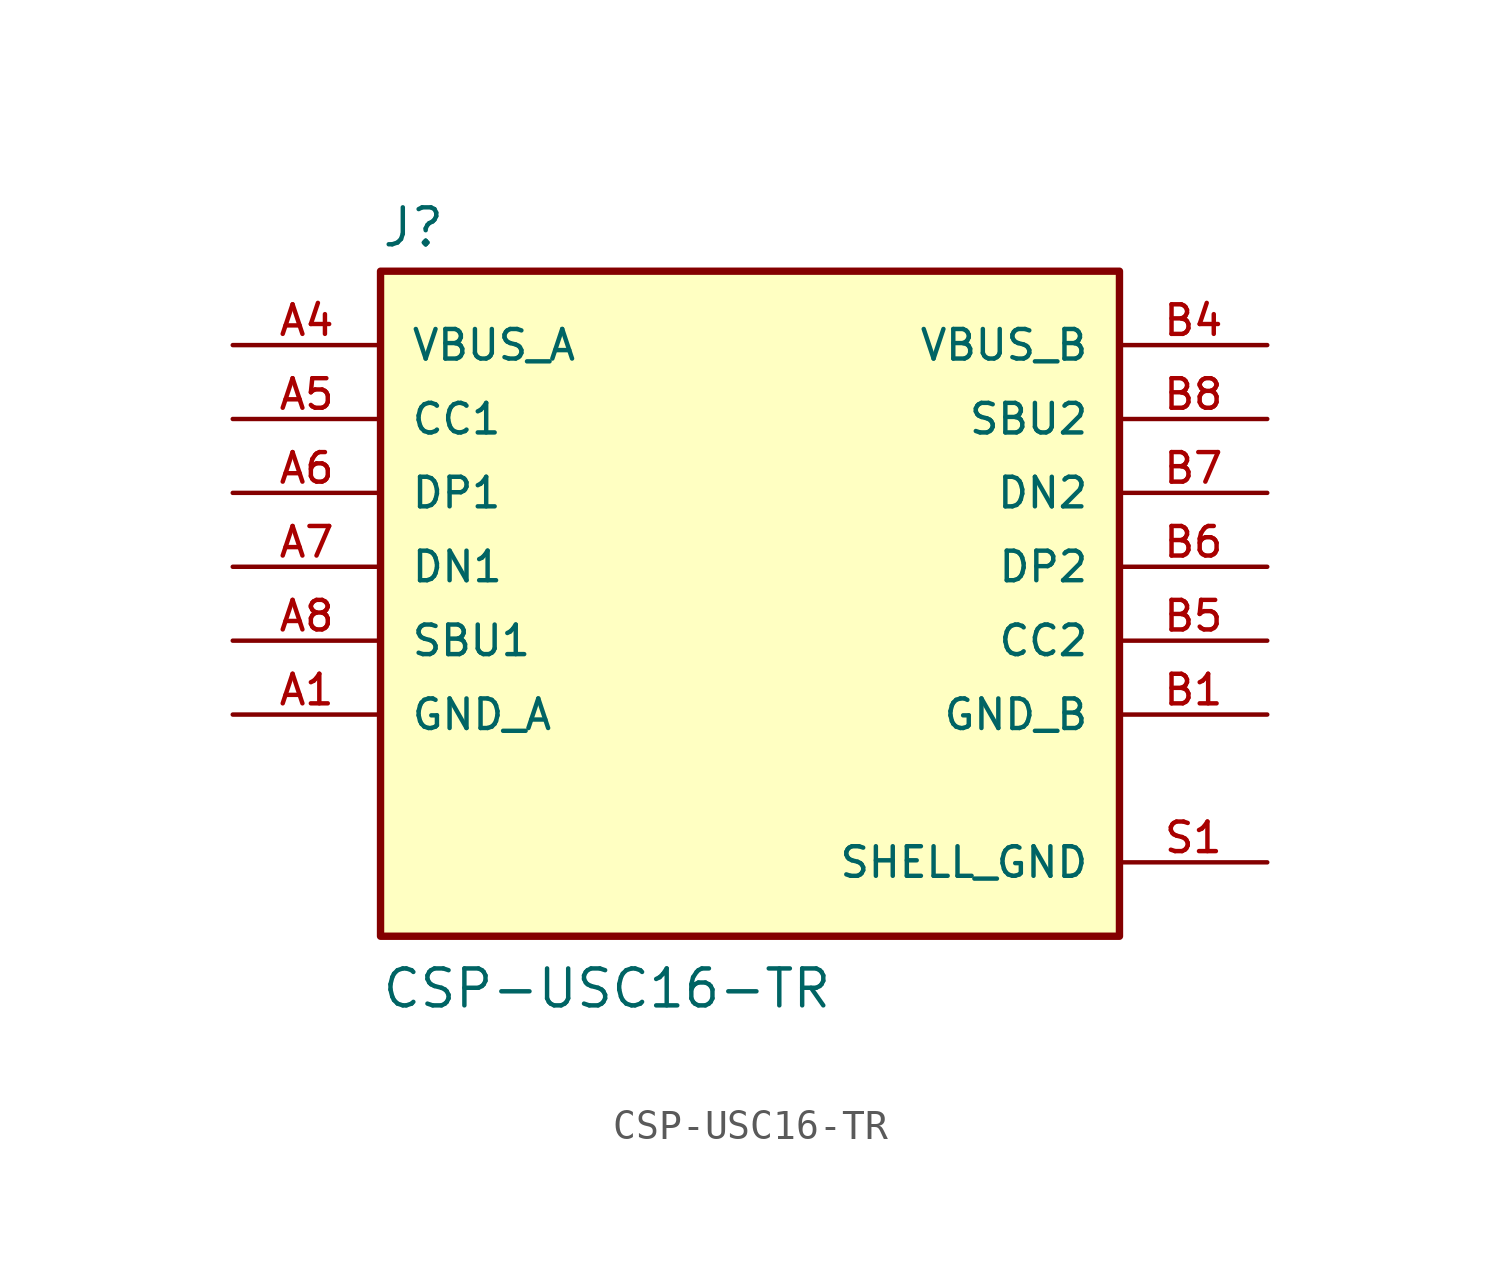
<source format=kicad_sym>
(kicad_symbol_lib
  (version 20211014)
  (generator kicad_symbol_editor)
  (symbol "CSP-USC16-TR"
    (pin_names
      (offset 1.016))
    (property "Reference" "J"
      (at -12.7 13.462 0)
      (effects (font (size 1.27 1.27)) (justify bottom left)))
    (property "Value" "CSP-USC16-TR"
      (at -12.7 -12.7 0)
      (effects (font (size 1.27 1.27)) (justify bottom left)))
    (symbol "CSP-USC16-TR_0_0"
      (rectangle (start -12.7 -10.16) (end 12.7 12.7) (stroke (width 0.254)) (fill (type background)))
      (pin power_in line (at -17.78 -2.54 0) (length 5.08) (name "GND_A" (effects (font (size 1.016 1.016)))) (number "A1" (effects (font (size 1.016 1.016)))))
      (pin power_in line (at -17.78 -2.54 0) (length 5.08) hide (name "GND_A" (effects (font (size 1.016 1.016)))) (number "A12" (effects (font (size 1.016 1.016)))))
      (pin power_in line (at -17.78 10.16 0) (length 5.08) (name "VBUS_A" (effects (font (size 1.016 1.016)))) (number "A4" (effects (font (size 1.016 1.016)))))
      (pin power_in line (at -17.78 10.16 0) (length 5.08) hide (name "VBUS_A" (effects (font (size 1.016 1.016)))) (number "A9" (effects (font (size 1.016 1.016)))))
      (pin bidirectional line (at -17.78 5.08 0) (length 5.08) (name "DP1" (effects (font (size 1.016 1.016)))) (number "A6" (effects (font (size 1.016 1.016)))))
      (pin bidirectional line (at -17.78 7.62 0) (length 5.08) (name "CC1" (effects (font (size 1.016 1.016)))) (number "A5" (effects (font (size 1.016 1.016)))))
      (pin bidirectional line (at -17.78 0.0 0) (length 5.08) (name "SBU1" (effects (font (size 1.016 1.016)))) (number "A8" (effects (font (size 1.016 1.016)))))
      (pin bidirectional line (at -17.78 2.54 0) (length 5.08) (name "DN1" (effects (font (size 1.016 1.016)))) (number "A7" (effects (font (size 1.016 1.016)))))
      (pin power_in line (at 17.78 -7.62 180.0) (length 5.08) (name "SHELL_GND" (effects (font (size 1.016 1.016)))) (number "S1" (effects (font (size 1.016 1.016)))))
      (pin power_in line (at 17.78 -7.62 180.0) (length 5.08) hide (name "SHELL_GND" (effects (font (size 1.016 1.016)))) (number "S2" (effects (font (size 1.016 1.016)))))
      (pin power_in line (at 17.78 -7.62 180.0) (length 5.08) hide (name "SHELL_GND" (effects (font (size 1.016 1.016)))) (number "S3" (effects (font (size 1.016 1.016)))))
      (pin power_in line (at 17.78 -7.62 180.0) (length 5.08) hide (name "SHELL_GND" (effects (font (size 1.016 1.016)))) (number "S4" (effects (font (size 1.016 1.016)))))
      (pin power_in line (at 17.78 -2.54 180.0) (length 5.08) (name "GND_B" (effects (font (size 1.016 1.016)))) (number "B1" (effects (font (size 1.016 1.016)))))
      (pin power_in line (at 17.78 -2.54 180.0) (length 5.08) hide (name "GND_B" (effects (font (size 1.016 1.016)))) (number "B12" (effects (font (size 1.016 1.016)))))
      (pin power_in line (at 17.78 10.16 180.0) (length 5.08) (name "VBUS_B" (effects (font (size 1.016 1.016)))) (number "B4" (effects (font (size 1.016 1.016)))))
      (pin power_in line (at 17.78 10.16 180.0) (length 5.08) hide (name "VBUS_B" (effects (font (size 1.016 1.016)))) (number "B9" (effects (font (size 1.016 1.016)))))
      (pin bidirectional line (at 17.78 2.54 180.0) (length 5.08) (name "DP2" (effects (font (size 1.016 1.016)))) (number "B6" (effects (font (size 1.016 1.016)))))
      (pin bidirectional line (at 17.78 0.0 180.0) (length 5.08) (name "CC2" (effects (font (size 1.016 1.016)))) (number "B5" (effects (font (size 1.016 1.016)))))
      (pin bidirectional line (at 17.78 7.62 180.0) (length 5.08) (name "SBU2" (effects (font (size 1.016 1.016)))) (number "B8" (effects (font (size 1.016 1.016)))))
      (pin bidirectional line (at 17.78 5.08 180.0) (length 5.08) (name "DN2" (effects (font (size 1.016 1.016)))) (number "B7" (effects (font (size 1.016 1.016))))))))
</source>
